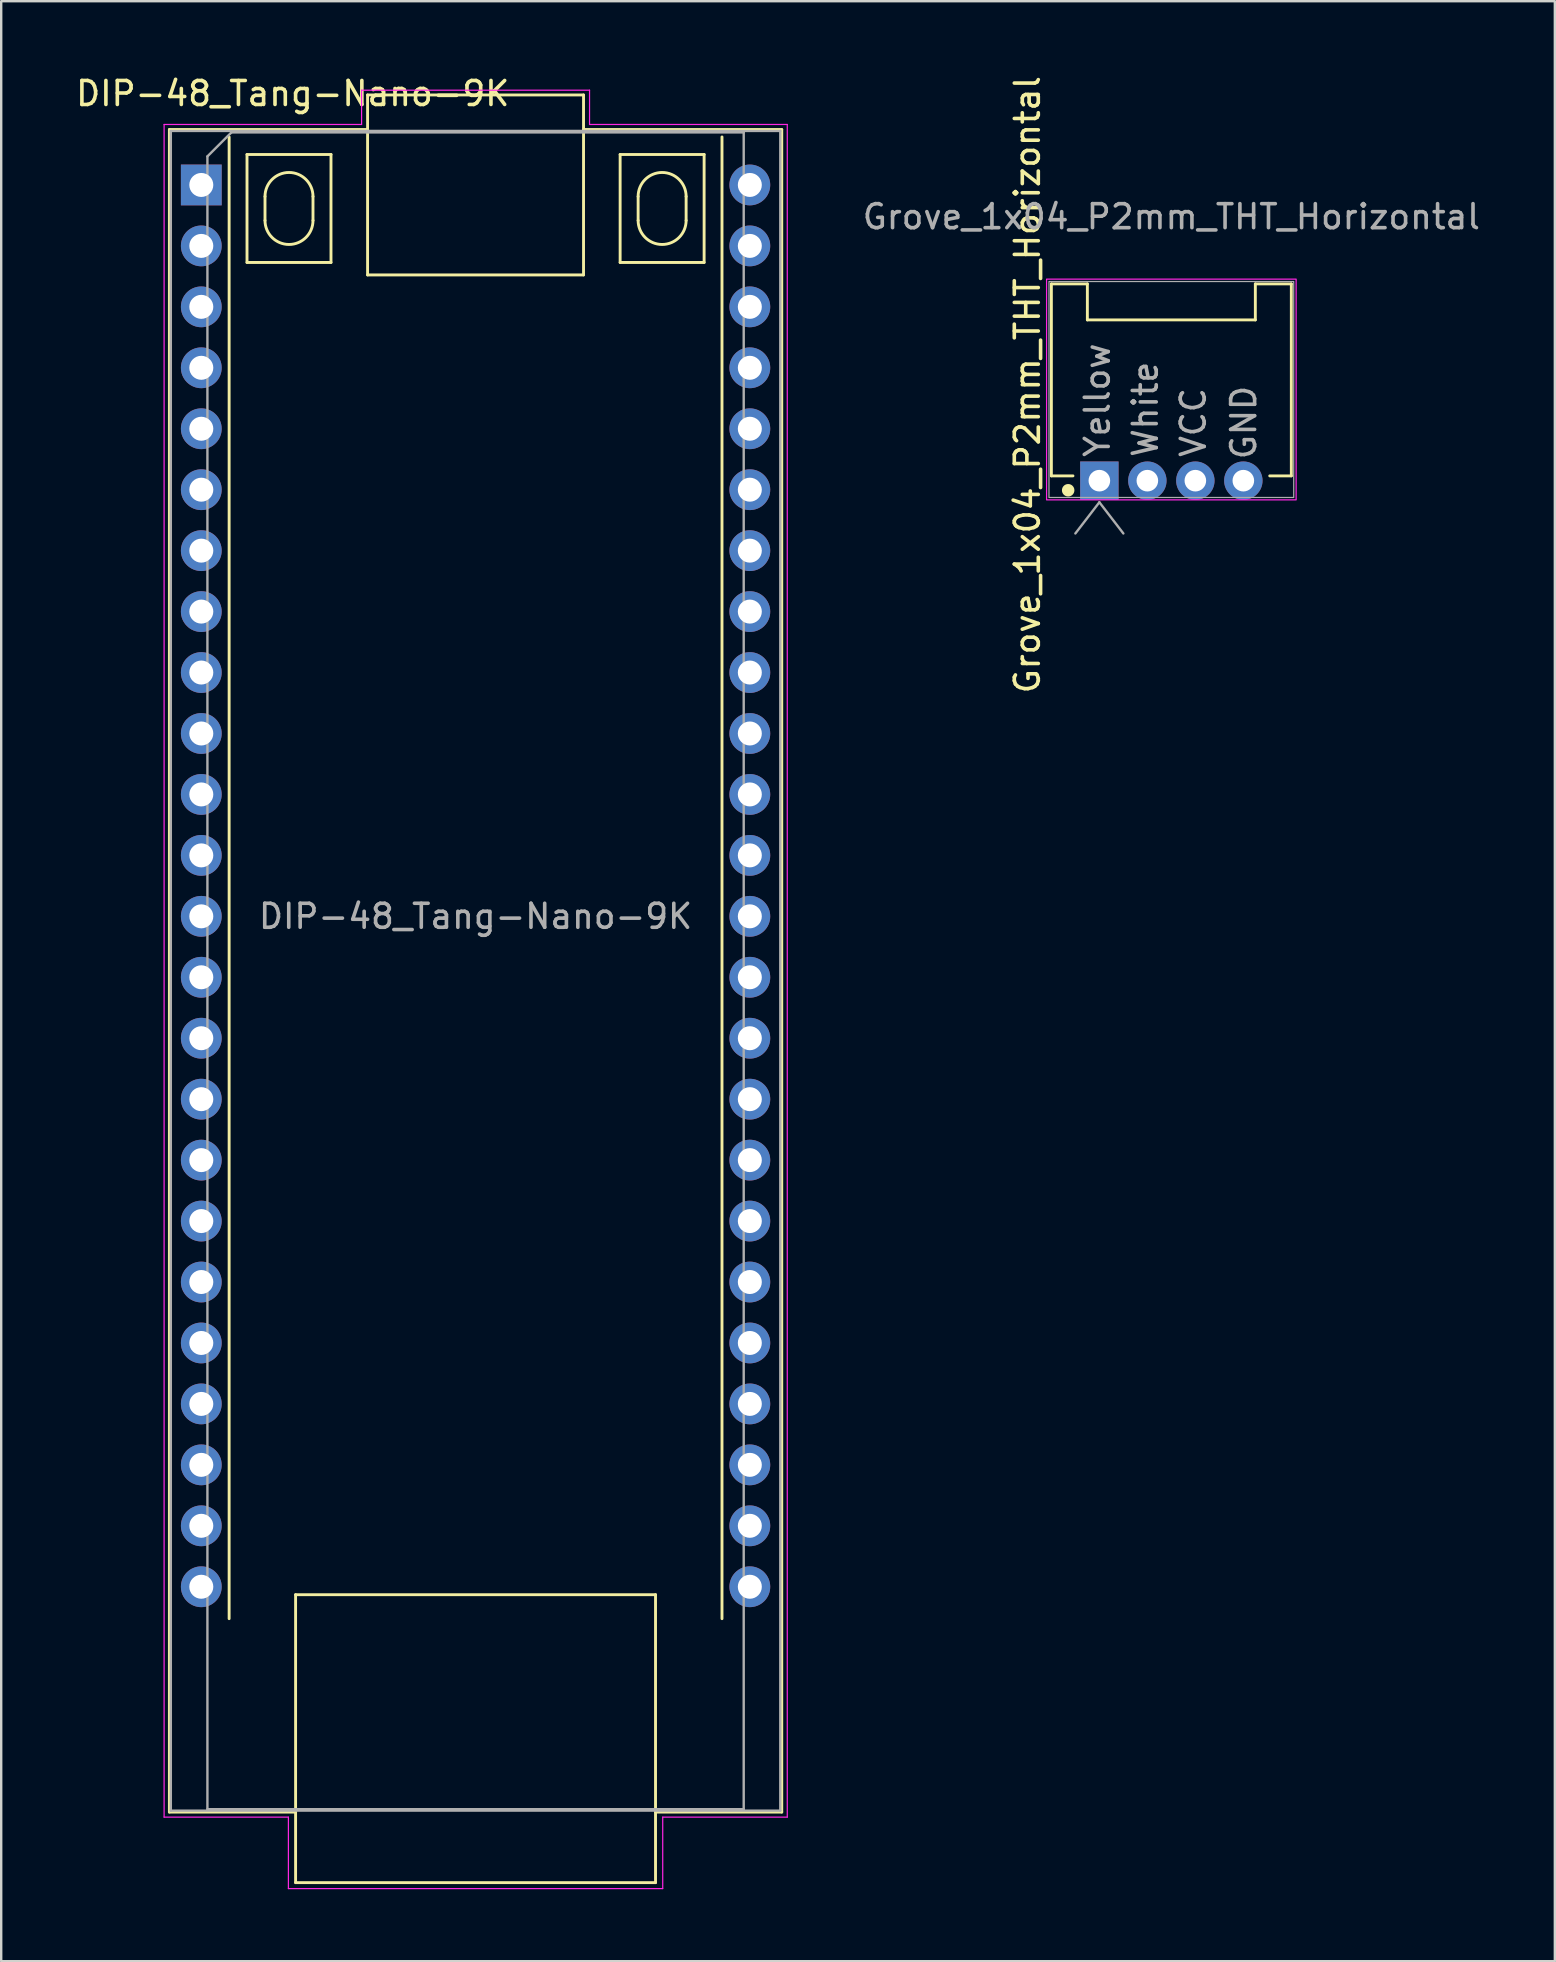
<source format=kicad_pcb>
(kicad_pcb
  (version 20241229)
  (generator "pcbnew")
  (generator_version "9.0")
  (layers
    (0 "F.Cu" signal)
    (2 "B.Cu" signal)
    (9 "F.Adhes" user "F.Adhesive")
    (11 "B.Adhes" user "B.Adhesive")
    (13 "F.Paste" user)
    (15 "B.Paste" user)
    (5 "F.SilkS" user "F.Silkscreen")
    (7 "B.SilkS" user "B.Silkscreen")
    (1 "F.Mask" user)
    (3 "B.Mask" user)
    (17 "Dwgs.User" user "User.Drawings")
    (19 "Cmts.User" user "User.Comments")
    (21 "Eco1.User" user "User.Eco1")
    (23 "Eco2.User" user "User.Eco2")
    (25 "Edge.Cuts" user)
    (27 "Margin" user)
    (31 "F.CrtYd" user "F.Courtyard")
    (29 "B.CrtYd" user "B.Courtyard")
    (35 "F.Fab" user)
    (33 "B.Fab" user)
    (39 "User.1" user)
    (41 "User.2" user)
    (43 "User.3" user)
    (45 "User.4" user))
  (footprint "Grove_1x04_P2mm_THT_Horizontal"
    (layer "F.Cu")
    (at 42.766 16.982)
    (property "Reference" "Grove_1x04_P2mm_THT_Horizontal" (at -3 -4 270) (layer "F.SilkS") (effects (font (size 1 1) (thickness 0.15))))
    (attr through_hole)
    (fp_line (start -2 -8.2) (end -2 -0.2) (stroke (width 0.12) (type default)) (layer "F.SilkS"))
    (fp_line (start -1.1 -0.2) (end -2 -0.2) (stroke (width 0.12) (type default)) (layer "F.SilkS"))
    (fp_line (start -0.5 -8.2) (end -2 -8.2) (stroke (width 0.12) (type default)) (layer "F.SilkS"))
    (fp_line (start -0.5 -6.7) (end -0.5 -8.2) (stroke (width 0.12) (type default)) (layer "F.SilkS"))
    (fp_line (start 6.5 -8.2) (end 6.5 -6.7) (stroke (width 0.12) (type default)) (layer "F.SilkS"))
    (fp_line (start 6.5 -6.7) (end -0.5 -6.7) (stroke (width 0.12) (type default)) (layer "F.SilkS"))
    (fp_line (start 8 -8.2) (end 6.5 -8.2) (stroke (width 0.12) (type default)) (layer "F.SilkS"))
    (fp_line (start 8 -0.2) (end 7.1 -0.2) (stroke (width 0.12) (type default)) (layer "F.SilkS"))
    (fp_line (start 8 -0.2) (end 8 -8.2) (stroke (width 0.12) (type default)) (layer "F.SilkS"))
    (fp_circle (center -1.3 0.4) (end -1.3 0.6) (stroke (width 0.12) (type solid)) (fill yes) (layer "F.SilkS"))
    (fp_rect (start -2.2 -8.4) (end 8.2 0.8) (stroke (width 0.05) (type default)) (fill no) (layer "F.CrtYd"))
    (fp_line (start 0 0.9) (end -1 2.2) (stroke (width 0.1) (type solid)) (layer "F.Fab"))
    (fp_line (start 1 2.2) (end 0 0.9) (stroke (width 0.1) (type solid)) (layer "F.Fab"))
    (fp_rect (start -2.1 -8.3) (end 8.1 0.7) (stroke (width 0.05) (type default)) (fill no) (layer "F.Fab"))
    (fp_text user "Yellow" (at 0.5 -0.9 90) (unlocked yes) (layer "F.Fab") (effects (font (size 1 1) (thickness 0.15)) (justify left bottom)))
    (fp_text user "GND" (at 6.6 -0.8 90) (unlocked yes) (layer "F.Fab") (effects (font (size 1 1) (thickness 0.15)) (justify left bottom)))
    (fp_text user "White" (at 2.5 -0.9 90) (unlocked yes) (layer "F.Fab") (effects (font (size 1 1) (thickness 0.15)) (justify left bottom)))
    (fp_text user "VCC" (at 4.5 -0.9 90) (unlocked yes) (layer "F.Fab") (effects (font (size 1 1) (thickness 0.15)) (justify left bottom)))
    (fp_text user "${REFERENCE}" (at 3 -11 180) (layer "F.Fab") (effects (font (size 1 1) (thickness 0.15))))
    (pad "1" thru_hole rect (at 0 0 270) (size 1.6 1.6) (drill 0.9) (layers "*.Cu" "*.Mask"))
    (pad "2" thru_hole circle (at 2 0 270) (size 1.6 1.6) (drill 0.9) (layers "*.Cu" "*.Mask"))
    (pad "3" thru_hole circle (at 4 0 270) (size 1.6 1.6) (drill 0.9) (layers "*.Cu" "*.Mask"))
    (pad "4" thru_hole circle (at 6 0 270) (size 1.6 1.6) (drill 0.9) (layers "*.Cu" "*.Mask")))
  (footprint "DIP-48_Tang-Nano-9K"
    (layer "F.Cu")
    (at 5.339 4.658)
    (property "Reference" "DIP-48_Tang-Nano-9K" (at 3.81 -3.81 0) (layer "F.SilkS") (effects (font (size 1 1) (thickness 0.15))))
    (attr through_hole)
    (fp_line (start -1.33 -2.31) (end -1.33 67.81) (stroke (width 0.12) (type solid)) (layer "F.SilkS"))
    (fp_line (start -1.33 67.81) (end 3.93 67.81) (stroke (width 0.12) (type solid)) (layer "F.SilkS"))
    (fp_line (start 1.16 -2) (end 1.16 59.75) (stroke (width 0.12) (type solid)) (layer "F.SilkS"))
    (fp_line (start 1.905 -1.27) (end 1.905 3.23) (stroke (width 0.12) (type solid)) (layer "F.SilkS"))
    (fp_line (start 1.905 3.23) (end 5.405 3.23) (stroke (width 0.12) (type solid)) (layer "F.SilkS"))
    (fp_line (start 2.655 1.48) (end 2.655 0.48) (stroke (width 0.12) (type solid)) (layer "F.SilkS"))
    (fp_line (start 3.93 58.75) (end 18.93 58.75) (stroke (width 0.12) (type solid)) (layer "F.SilkS"))
    (fp_line (start 3.93 70.75) (end 3.93 58.75) (stroke (width 0.12) (type solid)) (layer "F.SilkS"))
    (fp_line (start 4.655 0.48) (end 4.655 1.48) (stroke (width 0.12) (type solid)) (layer "F.SilkS"))
    (fp_line (start 5.405 -1.27) (end 1.905 -1.27) (stroke (width 0.12) (type solid)) (layer "F.SilkS"))
    (fp_line (start 5.405 3.23) (end 5.405 -1.27) (stroke (width 0.12) (type solid)) (layer "F.SilkS"))
    (fp_line (start 6.93 -3.75) (end 6.93 3.75) (stroke (width 0.12) (type solid)) (layer "F.SilkS"))
    (fp_line (start 6.93 -2.31) (end -1.33 -2.31) (stroke (width 0.12) (type solid)) (layer "F.SilkS"))
    (fp_line (start 6.93 3.75) (end 15.93 3.75) (stroke (width 0.12) (type solid)) (layer "F.SilkS"))
    (fp_line (start 15.93 -3.75) (end 6.93 -3.75) (stroke (width 0.12) (type solid)) (layer "F.SilkS"))
    (fp_line (start 15.93 3.75) (end 15.93 -3.75) (stroke (width 0.12) (type solid)) (layer "F.SilkS"))
    (fp_line (start 17.455 -1.27) (end 17.455 3.23) (stroke (width 0.12) (type solid)) (layer "F.SilkS"))
    (fp_line (start 17.455 3.23) (end 20.955 3.23) (stroke (width 0.12) (type solid)) (layer "F.SilkS"))
    (fp_line (start 18.205 1.48) (end 18.205 0.48) (stroke (width 0.12) (type solid)) (layer "F.SilkS"))
    (fp_line (start 18.93 58.75) (end 18.93 70.75) (stroke (width 0.12) (type solid)) (layer "F.SilkS"))
    (fp_line (start 18.93 67.81) (end 24.19 67.81) (stroke (width 0.12) (type solid)) (layer "F.SilkS"))
    (fp_line (start 18.93 70.75) (end 3.93 70.75) (stroke (width 0.12) (type solid)) (layer "F.SilkS"))
    (fp_line (start 20.205 0.48) (end 20.205 1.48) (stroke (width 0.12) (type solid)) (layer "F.SilkS"))
    (fp_line (start 20.955 -1.27) (end 17.455 -1.27) (stroke (width 0.12) (type solid)) (layer "F.SilkS"))
    (fp_line (start 20.955 3.23) (end 20.955 -1.27) (stroke (width 0.12) (type solid)) (layer "F.SilkS"))
    (fp_line (start 21.7 59.75) (end 21.7 -2) (stroke (width 0.12) (type solid)) (layer "F.SilkS"))
    (fp_line (start 24.19 -2.31) (end 15.93 -2.31) (stroke (width 0.12) (type solid)) (layer "F.SilkS"))
    (fp_line (start 24.19 67.81) (end 24.19 -2.31) (stroke (width 0.12) (type solid)) (layer "F.SilkS"))
    (fp_arc (start 2.655 0.48) (mid 3.655 -0.52) (end 4.655 0.48) (stroke (width 0.12) (type solid)) (layer "F.SilkS"))
    (fp_arc (start 4.655 1.48) (mid 3.655 2.48) (end 2.655 1.48) (stroke (width 0.12) (type solid)) (layer "F.SilkS"))
    (fp_arc (start 18.205 0.48) (mid 19.205 -0.52) (end 20.205 0.48) (stroke (width 0.12) (type solid)) (layer "F.SilkS"))
    (fp_arc (start 20.205 1.48) (mid 19.205 2.48) (end 18.205 1.48) (stroke (width 0.12) (type solid)) (layer "F.SilkS"))
    (fp_line (start -1.55 -2.52) (end -1.55 68.02) (stroke (width 0.05) (type solid)) (layer "F.CrtYd"))
    (fp_line (start -1.55 68.02) (end 3.63 68.02) (stroke (width 0.05) (type solid)) (layer "F.CrtYd"))
    (fp_line (start 3.63 68.02) (end 3.63 71) (stroke (width 0.05) (type solid)) (layer "F.CrtYd"))
    (fp_line (start 3.63 71) (end 19.23 71) (stroke (width 0.05) (type solid)) (layer "F.CrtYd"))
    (fp_line (start 6.68 -3.95) (end 6.68 -2.52) (stroke (width 0.05) (type solid)) (layer "F.CrtYd"))
    (fp_line (start 6.68 -2.52) (end -1.55 -2.52) (stroke (width 0.05) (type solid)) (layer "F.CrtYd"))
    (fp_line (start 16.18 -3.95) (end 6.68 -3.95) (stroke (width 0.05) (type solid)) (layer "F.CrtYd"))
    (fp_line (start 16.18 -3.95) (end 16.18 -2.52) (stroke (width 0.05) (type solid)) (layer "F.CrtYd"))
    (fp_line (start 19.23 68.02) (end 19.23 71) (stroke (width 0.05) (type solid)) (layer "F.CrtYd"))
    (fp_line (start 19.23 68.02) (end 24.42 68.02) (stroke (width 0.05) (type solid)) (layer "F.CrtYd"))
    (fp_line (start 24.42 -2.52) (end 16.18 -2.52) (stroke (width 0.05) (type solid)) (layer "F.CrtYd"))
    (fp_line (start 24.42 68.02) (end 24.42 -2.52) (stroke (width 0.05) (type solid)) (layer "F.CrtYd"))
    (fp_line (start -1.27 -2.25) (end -1.27 67.75) (stroke (width 0.1) (type solid)) (layer "F.Fab"))
    (fp_line (start -1.27 67.75) (end 24.13 67.75) (stroke (width 0.1) (type solid)) (layer "F.Fab"))
    (fp_line (start 0.255 -1.19) (end 1.255 -2.19) (stroke (width 0.1) (type solid)) (layer "F.Fab"))
    (fp_line (start 0.255 67.69) (end 0.255 -1.19) (stroke (width 0.1) (type solid)) (layer "F.Fab"))
    (fp_line (start 1.255 -2.19) (end 22.605 -2.19) (stroke (width 0.1) (type solid)) (layer "F.Fab"))
    (fp_line (start 22.605 -2.19) (end 22.605 67.69) (stroke (width 0.1) (type solid)) (layer "F.Fab"))
    (fp_line (start 22.605 67.69) (end 0.255 67.69) (stroke (width 0.1) (type solid)) (layer "F.Fab"))
    (fp_line (start 24.13 -2.25) (end -1.27 -2.25) (stroke (width 0.1) (type solid)) (layer "F.Fab"))
    (fp_line (start 24.13 67.75) (end 24.13 -2.25) (stroke (width 0.1) (type solid)) (layer "F.Fab"))
    (fp_text user "${REFERENCE}" (at 11.43 30.48 0) (layer "F.Fab") (effects (font (size 1 1) (thickness 0.15))))
    (pad "1" thru_hole rect (at 0 0) (size 1.7 1.7) (drill 1) (layers "*.Cu" "*.Mask"))
    (pad "2" thru_hole circle (at 0 2.54) (size 1.7 1.7) (drill 1) (layers "*.Cu" "*.Mask"))
    (pad "3" thru_hole circle (at 0 5.08) (size 1.7 1.7) (drill 1) (layers "*.Cu" "*.Mask"))
    (pad "4" thru_hole circle (at 0 7.62) (size 1.7 1.7) (drill 1) (layers "*.Cu" "*.Mask"))
    (pad "5" thru_hole circle (at 0 10.16) (size 1.7 1.7) (drill 1) (layers "*.Cu" "*.Mask"))
    (pad "6" thru_hole circle (at 0 12.7) (size 1.7 1.7) (drill 1) (layers "*.Cu" "*.Mask"))
    (pad "7" thru_hole circle (at 0 15.24) (size 1.7 1.7) (drill 1) (layers "*.Cu" "*.Mask"))
    (pad "8" thru_hole circle (at 0 17.78) (size 1.7 1.7) (drill 1) (layers "*.Cu" "*.Mask"))
    (pad "9" thru_hole circle (at 0 20.32) (size 1.7 1.7) (drill 1) (layers "*.Cu" "*.Mask"))
    (pad "10" thru_hole circle (at 0 22.86) (size 1.7 1.7) (drill 1) (layers "*.Cu" "*.Mask"))
    (pad "11" thru_hole circle (at 0 25.4) (size 1.7 1.7) (drill 1) (layers "*.Cu" "*.Mask"))
    (pad "12" thru_hole circle (at 0 27.94) (size 1.7 1.7) (drill 1) (layers "*.Cu" "*.Mask"))
    (pad "13" thru_hole circle (at 0 30.48) (size 1.7 1.7) (drill 1) (layers "*.Cu" "*.Mask"))
    (pad "14" thru_hole circle (at 0 33.02) (size 1.7 1.7) (drill 1) (layers "*.Cu" "*.Mask"))
    (pad "15" thru_hole circle (at 0 35.56) (size 1.7 1.7) (drill 1) (layers "*.Cu" "*.Mask"))
    (pad "16" thru_hole circle (at 0 38.1) (size 1.7 1.7) (drill 1) (layers "*.Cu" "*.Mask"))
    (pad "17" thru_hole circle (at 0 40.64) (size 1.7 1.7) (drill 1) (layers "*.Cu" "*.Mask"))
    (pad "18" thru_hole circle (at 0 43.18) (size 1.7 1.7) (drill 1) (layers "*.Cu" "*.Mask"))
    (pad "19" thru_hole circle (at 0 45.72) (size 1.7 1.7) (drill 1) (layers "*.Cu" "*.Mask"))
    (pad "20" thru_hole circle (at 0 48.26) (size 1.7 1.7) (drill 1) (layers "*.Cu" "*.Mask"))
    (pad "21" thru_hole circle (at 0 50.8) (size 1.7 1.7) (drill 1) (layers "*.Cu" "*.Mask"))
    (pad "22" thru_hole circle (at 0 53.34) (size 1.7 1.7) (drill 1) (layers "*.Cu" "*.Mask"))
    (pad "23" thru_hole circle (at 0 55.88) (size 1.7 1.7) (drill 1) (layers "*.Cu" "*.Mask"))
    (pad "24" thru_hole circle (at 0 58.42) (size 1.7 1.7) (drill 1) (layers "*.Cu" "*.Mask"))
    (pad "25" thru_hole circle (at 22.86 58.42) (size 1.7 1.7) (drill 1) (layers "*.Cu" "*.Mask"))
    (pad "26" thru_hole circle (at 22.86 55.88) (size 1.7 1.7) (drill 1) (layers "*.Cu" "*.Mask"))
    (pad "27" thru_hole circle (at 22.86 53.34) (size 1.7 1.7) (drill 1) (layers "*.Cu" "*.Mask"))
    (pad "28" thru_hole circle (at 22.86 50.8) (size 1.7 1.7) (drill 1) (layers "*.Cu" "*.Mask"))
    (pad "29" thru_hole circle (at 22.86 48.26) (size 1.7 1.7) (drill 1) (layers "*.Cu" "*.Mask"))
    (pad "30" thru_hole circle (at 22.86 45.72) (size 1.7 1.7) (drill 1) (layers "*.Cu" "*.Mask"))
    (pad "31" thru_hole circle (at 22.86 43.18) (size 1.7 1.7) (drill 1) (layers "*.Cu" "*.Mask"))
    (pad "32" thru_hole circle (at 22.86 40.64) (size 1.7 1.7) (drill 1) (layers "*.Cu" "*.Mask"))
    (pad "33" thru_hole circle (at 22.86 38.1) (size 1.7 1.7) (drill 1) (layers "*.Cu" "*.Mask"))
    (pad "34" thru_hole circle (at 22.86 35.56) (size 1.7 1.7) (drill 1) (layers "*.Cu" "*.Mask"))
    (pad "35" thru_hole circle (at 22.86 33.02) (size 1.7 1.7) (drill 1) (layers "*.Cu" "*.Mask"))
    (pad "36" thru_hole circle (at 22.86 30.48) (size 1.7 1.7) (drill 1) (layers "*.Cu" "*.Mask"))
    (pad "37" thru_hole circle (at 22.86 27.94) (size 1.7 1.7) (drill 1) (layers "*.Cu" "*.Mask"))
    (pad "38" thru_hole circle (at 22.86 25.4) (size 1.7 1.7) (drill 1) (layers "*.Cu" "*.Mask"))
    (pad "39" thru_hole circle (at 22.86 22.86) (size 1.7 1.7) (drill 1) (layers "*.Cu" "*.Mask"))
    (pad "40" thru_hole circle (at 22.86 20.32) (size 1.7 1.7) (drill 1) (layers "*.Cu" "*.Mask"))
    (pad "41" thru_hole circle (at 22.86 17.78) (size 1.7 1.7) (drill 1) (layers "*.Cu" "*.Mask"))
    (pad "42" thru_hole circle (at 22.86 15.24) (size 1.7 1.7) (drill 1) (layers "*.Cu" "*.Mask"))
    (pad "43" thru_hole circle (at 22.86 12.7) (size 1.7 1.7) (drill 1) (layers "*.Cu" "*.Mask"))
    (pad "44" thru_hole circle (at 22.86 10.16) (size 1.7 1.7) (drill 1) (layers "*.Cu" "*.Mask"))
    (pad "45" thru_hole circle (at 22.86 7.62) (size 1.7 1.7) (drill 1) (layers "*.Cu" "*.Mask"))
    (pad "46" thru_hole circle (at 22.86 5.08) (size 1.7 1.7) (drill 1) (layers "*.Cu" "*.Mask"))
    (pad "47" thru_hole circle (at 22.86 2.54) (size 1.7 1.7) (drill 1) (layers "*.Cu" "*.Mask"))
    (pad "48" thru_hole circle (at 22.86 0) (size 1.7 1.7) (drill 1) (layers "*.Cu" "*.Mask")))
  (gr_rect
    (start -3 -3)
    (end 61.748 78.683)
    (stroke (width 0.1) (type default))
    (fill no)
    (layer "Edge.Cuts")))
</source>
